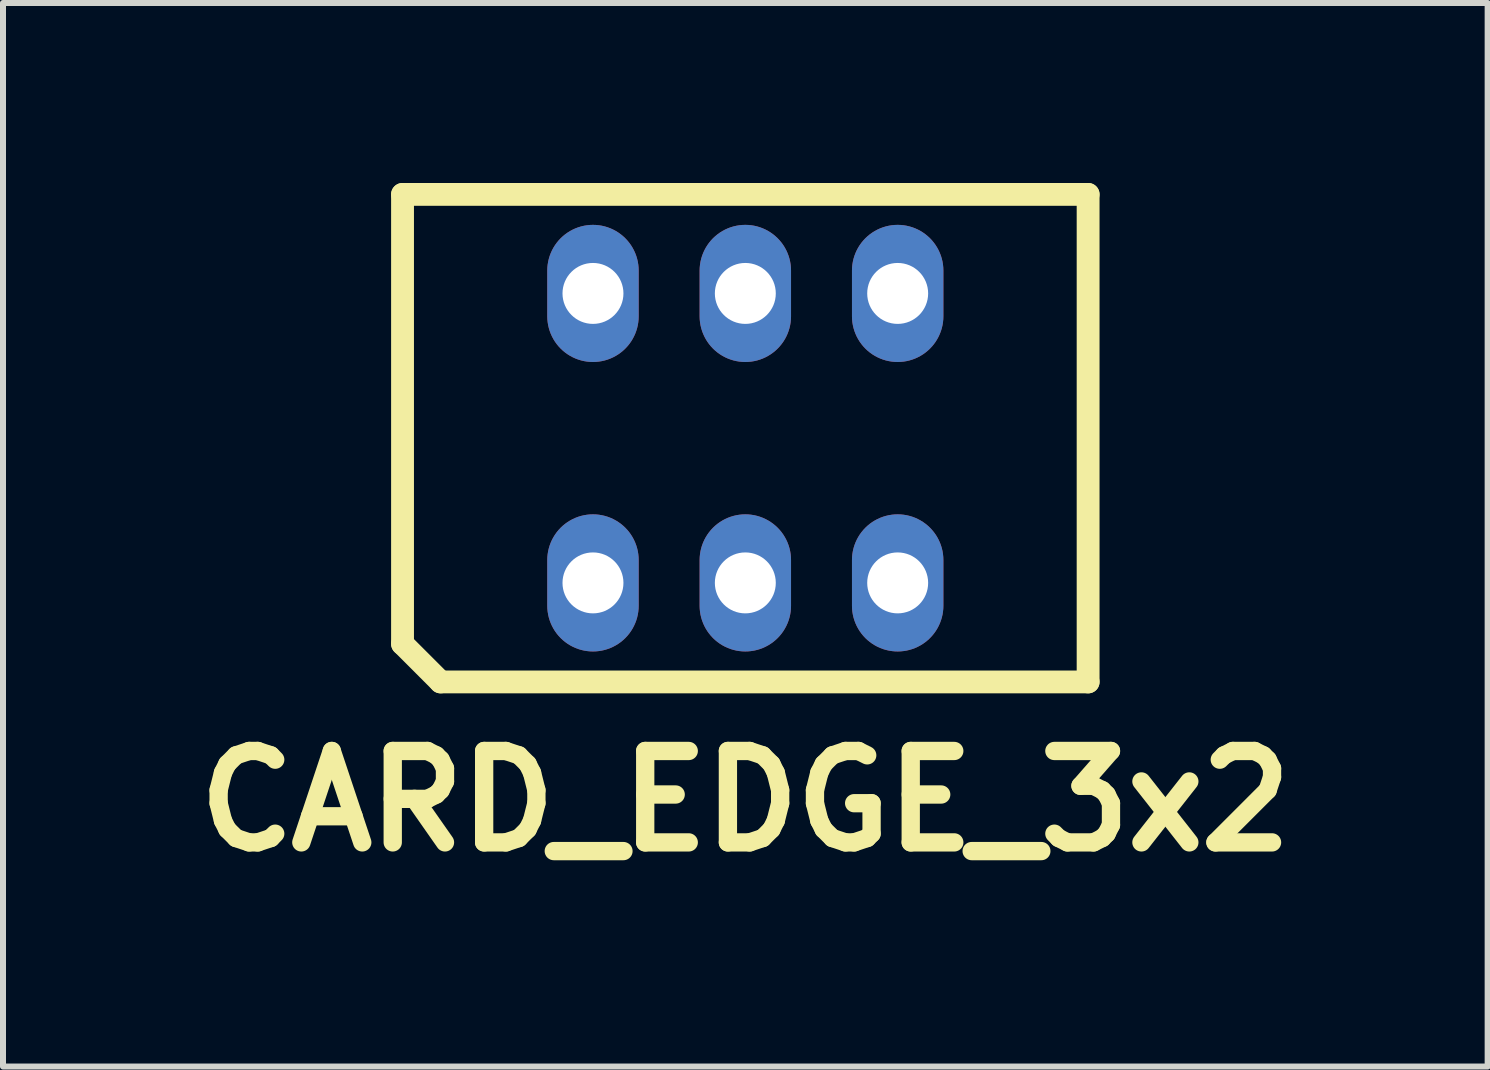
<source format=kicad_pcb>
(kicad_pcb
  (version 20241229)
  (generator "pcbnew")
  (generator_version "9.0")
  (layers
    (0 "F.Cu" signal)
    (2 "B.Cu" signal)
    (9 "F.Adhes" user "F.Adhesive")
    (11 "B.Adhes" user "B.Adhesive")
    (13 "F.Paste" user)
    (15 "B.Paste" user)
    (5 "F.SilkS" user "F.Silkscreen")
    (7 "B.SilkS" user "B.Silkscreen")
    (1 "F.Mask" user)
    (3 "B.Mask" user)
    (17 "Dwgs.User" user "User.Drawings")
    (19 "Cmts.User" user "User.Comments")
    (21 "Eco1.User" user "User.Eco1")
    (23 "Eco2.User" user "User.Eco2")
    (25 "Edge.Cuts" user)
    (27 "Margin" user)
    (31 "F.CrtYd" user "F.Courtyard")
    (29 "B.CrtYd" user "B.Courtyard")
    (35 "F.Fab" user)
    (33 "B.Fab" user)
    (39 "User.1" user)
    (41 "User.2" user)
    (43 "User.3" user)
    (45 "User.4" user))
  (footprint "CARD_EDGE_3x2"
    (layer "F.Cu")
    (at 9.376 4.255)
    (property "Reference" "CARD_EDGE_3x2" (at 0 6.05 0) (layer "F.SilkS") (effects (font (size 1.524 1.524) (thickness 0.305))))
    (fp_line (start -5.715 -4.064) (end -5.715 3.429) (stroke (width 0.381) (type solid)) (layer "F.SilkS"))
    (fp_line (start -5.715 -4.064) (end 5.715 -4.064) (stroke (width 0.381) (type solid)) (layer "F.SilkS"))
    (fp_line (start -5.715 3.429) (end -5.08 4.064) (stroke (width 0.381) (type solid)) (layer "F.SilkS"))
    (fp_line (start -5.08 4.064) (end 5.715 4.064) (stroke (width 0.381) (type solid)) (layer "F.SilkS"))
    (fp_line (start 5.715 -4.064) (end 5.715 4.064) (stroke (width 0.381) (type solid)) (layer "F.SilkS"))
    (pad "1" thru_hole oval (at -2.54 2.413) (size 1.524 2.286) (drill 1.016) (layers "*.Cu" "*.Mask"))
    (pad "2" thru_hole oval (at -2.54 -2.413) (size 1.524 2.286) (drill 1.016) (layers "*.Cu" "*.Mask"))
    (pad "3" thru_hole oval (at 0 2.413) (size 1.524 2.286) (drill 1.016) (layers "*.Cu" "*.Mask"))
    (pad "4" thru_hole oval (at 0 -2.413) (size 1.524 2.286) (drill 1.016) (layers "*.Cu" "*.Mask"))
    (pad "5" thru_hole oval (at 2.54 2.413) (size 1.524 2.286) (drill 1.016) (layers "*.Cu" "*.Mask"))
    (pad "6" thru_hole oval (at 2.54 -2.413) (size 1.524 2.286) (drill 1.016) (layers "*.Cu" "*.Mask")))
  (gr_rect
    (start -3 -3)
    (end 21.752 14.731)
    (stroke (width 0.1) (type default))
    (fill no)
    (layer "Edge.Cuts")))
</source>
